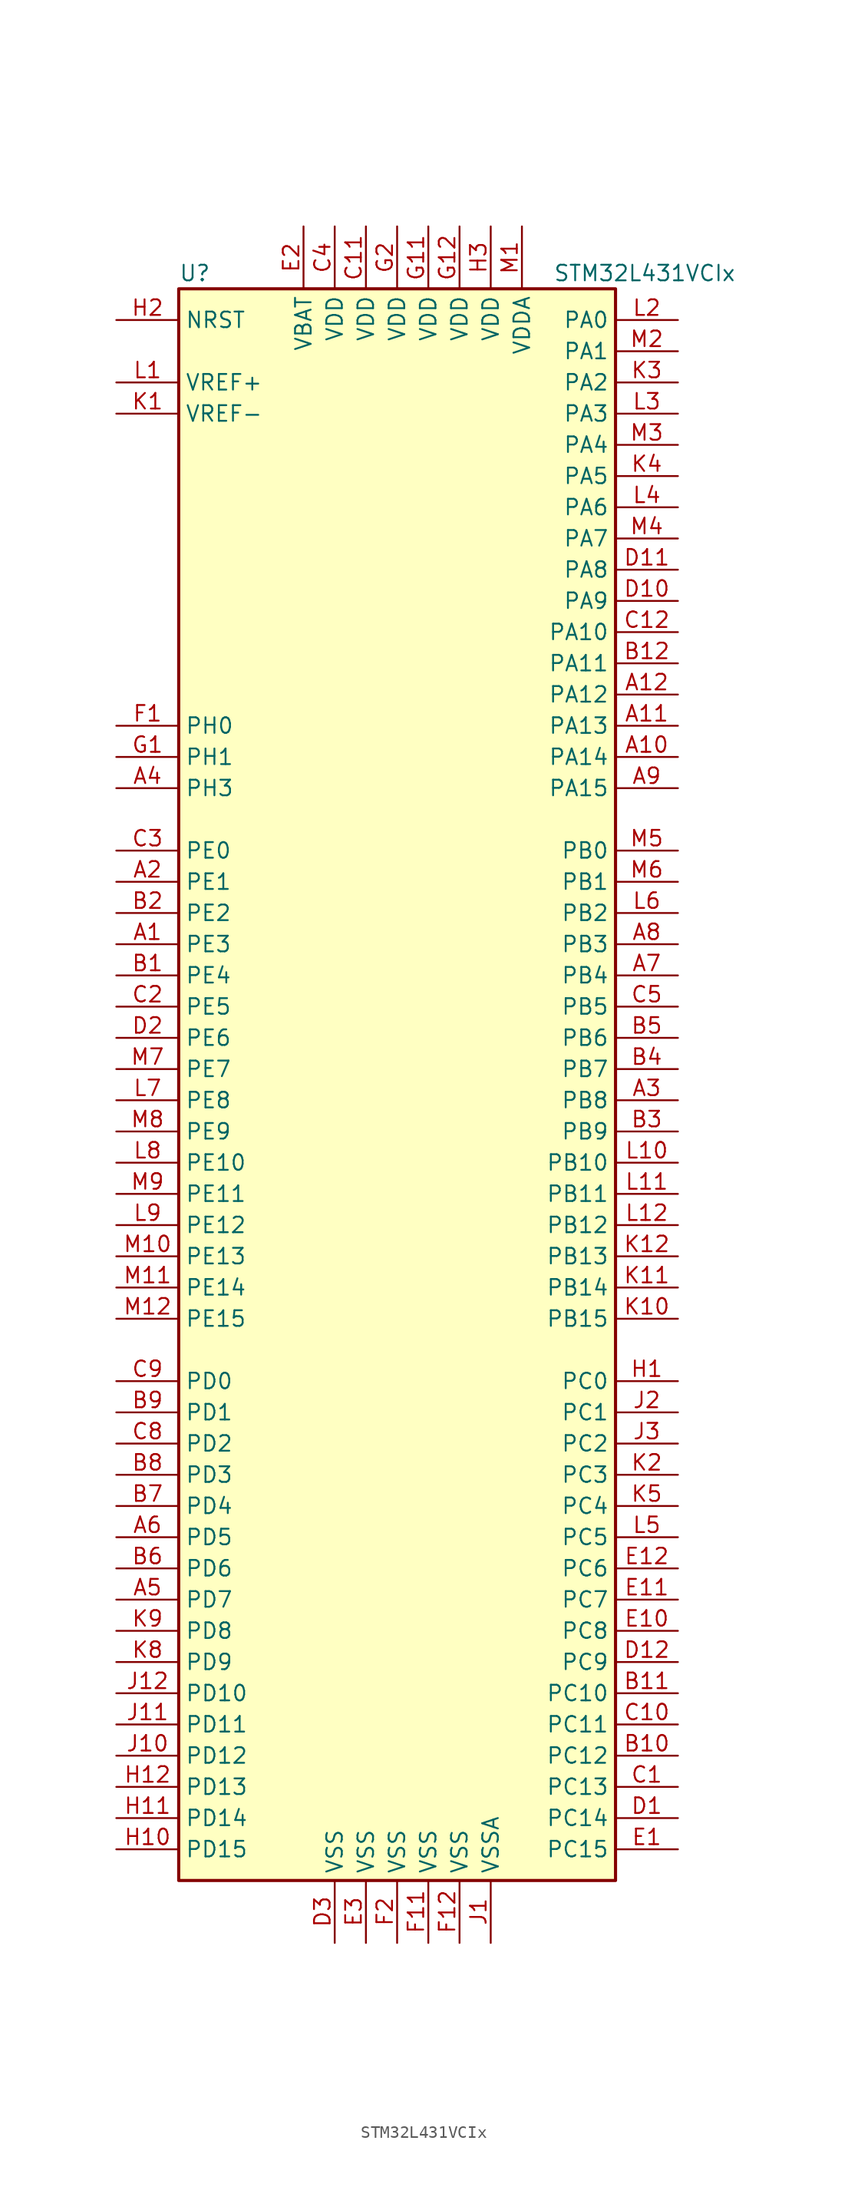
<source format=kicad_sym>
(kicad_symbol_lib
  (version 20211014)
  (generator kicad_symbol_editor)
  (symbol "STM32L431VCIx"
    (property "Reference" "U"
      (at -17.78 64.77 0)
      (effects (font (size 1.27 1.27)) (justify left)))
    (property "Value" "STM32L431VCIx"
      (at 12.7 64.77 0)
      (effects (font (size 1.27 1.27)) (justify left)))
    (symbol "STM32L431VCIx_0_1"
      (rectangle (start -17.78 -66.04) (end 17.78 63.5) (stroke (width 0.254) (type default) (color 0 0 0 0)) (fill (type background))))
    (symbol "STM32L431VCIx_1_1"
      (pin bidirectional line (at -22.86 10.16 0) (length 5.08) (name "PE3" (effects (font (size 1.27 1.27)))) (number "A1" (effects (font (size 1.27 1.27)))))
      (pin bidirectional line (at 22.86 25.4 180) (length 5.08) (name "PA14" (effects (font (size 1.27 1.27)))) (number "A10" (effects (font (size 1.27 1.27)))))
      (pin bidirectional line (at 22.86 27.94 180) (length 5.08) (name "PA13" (effects (font (size 1.27 1.27)))) (number "A11" (effects (font (size 1.27 1.27)))))
      (pin bidirectional line (at 22.86 30.48 180) (length 5.08) (name "PA12" (effects (font (size 1.27 1.27)))) (number "A12" (effects (font (size 1.27 1.27)))))
      (pin bidirectional line (at -22.86 15.24 0) (length 5.08) (name "PE1" (effects (font (size 1.27 1.27)))) (number "A2" (effects (font (size 1.27 1.27)))))
      (pin bidirectional line (at 22.86 -2.54 180) (length 5.08) (name "PB8" (effects (font (size 1.27 1.27)))) (number "A3" (effects (font (size 1.27 1.27)))))
      (pin bidirectional line (at -22.86 22.86 0) (length 5.08) (name "PH3" (effects (font (size 1.27 1.27)))) (number "A4" (effects (font (size 1.27 1.27)))))
      (pin bidirectional line (at -22.86 -43.18 0) (length 5.08) (name "PD7" (effects (font (size 1.27 1.27)))) (number "A5" (effects (font (size 1.27 1.27)))))
      (pin bidirectional line (at -22.86 -38.1 0) (length 5.08) (name "PD5" (effects (font (size 1.27 1.27)))) (number "A6" (effects (font (size 1.27 1.27)))))
      (pin bidirectional line (at 22.86 7.62 180) (length 5.08) (name "PB4" (effects (font (size 1.27 1.27)))) (number "A7" (effects (font (size 1.27 1.27)))))
      (pin bidirectional line (at 22.86 10.16 180) (length 5.08) (name "PB3" (effects (font (size 1.27 1.27)))) (number "A8" (effects (font (size 1.27 1.27)))))
      (pin bidirectional line (at 22.86 22.86 180) (length 5.08) (name "PA15" (effects (font (size 1.27 1.27)))) (number "A9" (effects (font (size 1.27 1.27)))))
      (pin bidirectional line (at -22.86 7.62 0) (length 5.08) (name "PE4" (effects (font (size 1.27 1.27)))) (number "B1" (effects (font (size 1.27 1.27)))))
      (pin bidirectional line (at 22.86 -55.88 180) (length 5.08) (name "PC12" (effects (font (size 1.27 1.27)))) (number "B10" (effects (font (size 1.27 1.27)))))
      (pin bidirectional line (at 22.86 -50.8 180) (length 5.08) (name "PC10" (effects (font (size 1.27 1.27)))) (number "B11" (effects (font (size 1.27 1.27)))))
      (pin bidirectional line (at 22.86 33.02 180) (length 5.08) (name "PA11" (effects (font (size 1.27 1.27)))) (number "B12" (effects (font (size 1.27 1.27)))))
      (pin bidirectional line (at -22.86 12.7 0) (length 5.08) (name "PE2" (effects (font (size 1.27 1.27)))) (number "B2" (effects (font (size 1.27 1.27)))))
      (pin bidirectional line (at 22.86 -5.08 180) (length 5.08) (name "PB9" (effects (font (size 1.27 1.27)))) (number "B3" (effects (font (size 1.27 1.27)))))
      (pin bidirectional line (at 22.86 0 180) (length 5.08) (name "PB7" (effects (font (size 1.27 1.27)))) (number "B4" (effects (font (size 1.27 1.27)))))
      (pin bidirectional line (at 22.86 2.54 180) (length 5.08) (name "PB6" (effects (font (size 1.27 1.27)))) (number "B5" (effects (font (size 1.27 1.27)))))
      (pin bidirectional line (at -22.86 -40.64 0) (length 5.08) (name "PD6" (effects (font (size 1.27 1.27)))) (number "B6" (effects (font (size 1.27 1.27)))))
      (pin bidirectional line (at -22.86 -35.56 0) (length 5.08) (name "PD4" (effects (font (size 1.27 1.27)))) (number "B7" (effects (font (size 1.27 1.27)))))
      (pin bidirectional line (at -22.86 -33.02 0) (length 5.08) (name "PD3" (effects (font (size 1.27 1.27)))) (number "B8" (effects (font (size 1.27 1.27)))))
      (pin bidirectional line (at -22.86 -27.94 0) (length 5.08) (name "PD1" (effects (font (size 1.27 1.27)))) (number "B9" (effects (font (size 1.27 1.27)))))
      (pin bidirectional line (at 22.86 -58.42 180) (length 5.08) (name "PC13" (effects (font (size 1.27 1.27)))) (number "C1" (effects (font (size 1.27 1.27)))))
      (pin bidirectional line (at 22.86 -53.34 180) (length 5.08) (name "PC11" (effects (font (size 1.27 1.27)))) (number "C10" (effects (font (size 1.27 1.27)))))
      (pin power_in line (at -2.54 68.58 270) (length 5.08) (name "VDD" (effects (font (size 1.27 1.27)))) (number "C11" (effects (font (size 1.27 1.27)))))
      (pin bidirectional line (at 22.86 35.56 180) (length 5.08) (name "PA10" (effects (font (size 1.27 1.27)))) (number "C12" (effects (font (size 1.27 1.27)))))
      (pin bidirectional line (at -22.86 5.08 0) (length 5.08) (name "PE5" (effects (font (size 1.27 1.27)))) (number "C2" (effects (font (size 1.27 1.27)))))
      (pin bidirectional line (at -22.86 17.78 0) (length 5.08) (name "PE0" (effects (font (size 1.27 1.27)))) (number "C3" (effects (font (size 1.27 1.27)))))
      (pin power_in line (at -5.08 68.58 270) (length 5.08) (name "VDD" (effects (font (size 1.27 1.27)))) (number "C4" (effects (font (size 1.27 1.27)))))
      (pin bidirectional line (at 22.86 5.08 180) (length 5.08) (name "PB5" (effects (font (size 1.27 1.27)))) (number "C5" (effects (font (size 1.27 1.27)))))
      (pin bidirectional line (at -22.86 -30.48 0) (length 5.08) (name "PD2" (effects (font (size 1.27 1.27)))) (number "C8" (effects (font (size 1.27 1.27)))))
      (pin bidirectional line (at -22.86 -25.4 0) (length 5.08) (name "PD0" (effects (font (size 1.27 1.27)))) (number "C9" (effects (font (size 1.27 1.27)))))
      (pin bidirectional line (at 22.86 -60.96 180) (length 5.08) (name "PC14" (effects (font (size 1.27 1.27)))) (number "D1" (effects (font (size 1.27 1.27)))))
      (pin bidirectional line (at 22.86 38.1 180) (length 5.08) (name "PA9" (effects (font (size 1.27 1.27)))) (number "D10" (effects (font (size 1.27 1.27)))))
      (pin bidirectional line (at 22.86 40.64 180) (length 5.08) (name "PA8" (effects (font (size 1.27 1.27)))) (number "D11" (effects (font (size 1.27 1.27)))))
      (pin bidirectional line (at 22.86 -48.26 180) (length 5.08) (name "PC9" (effects (font (size 1.27 1.27)))) (number "D12" (effects (font (size 1.27 1.27)))))
      (pin bidirectional line (at -22.86 2.54 0) (length 5.08) (name "PE6" (effects (font (size 1.27 1.27)))) (number "D2" (effects (font (size 1.27 1.27)))))
      (pin power_in line (at -5.08 -71.12 90) (length 5.08) (name "VSS" (effects (font (size 1.27 1.27)))) (number "D3" (effects (font (size 1.27 1.27)))))
      (pin bidirectional line (at 22.86 -63.5 180) (length 5.08) (name "PC15" (effects (font (size 1.27 1.27)))) (number "E1" (effects (font (size 1.27 1.27)))))
      (pin bidirectional line (at 22.86 -45.72 180) (length 5.08) (name "PC8" (effects (font (size 1.27 1.27)))) (number "E10" (effects (font (size 1.27 1.27)))))
      (pin bidirectional line (at 22.86 -43.18 180) (length 5.08) (name "PC7" (effects (font (size 1.27 1.27)))) (number "E11" (effects (font (size 1.27 1.27)))))
      (pin bidirectional line (at 22.86 -40.64 180) (length 5.08) (name "PC6" (effects (font (size 1.27 1.27)))) (number "E12" (effects (font (size 1.27 1.27)))))
      (pin power_in line (at -7.62 68.58 270) (length 5.08) (name "VBAT" (effects (font (size 1.27 1.27)))) (number "E2" (effects (font (size 1.27 1.27)))))
      (pin power_in line (at -2.54 -71.12 90) (length 5.08) (name "VSS" (effects (font (size 1.27 1.27)))) (number "E3" (effects (font (size 1.27 1.27)))))
      (pin input line (at -22.86 27.94 0) (length 5.08) (name "PH0" (effects (font (size 1.27 1.27)))) (number "F1" (effects (font (size 1.27 1.27)))))
      (pin power_in line (at 2.54 -71.12 90) (length 5.08) (name "VSS" (effects (font (size 1.27 1.27)))) (number "F11" (effects (font (size 1.27 1.27)))))
      (pin power_in line (at 5.08 -71.12 90) (length 5.08) (name "VSS" (effects (font (size 1.27 1.27)))) (number "F12" (effects (font (size 1.27 1.27)))))
      (pin power_in line (at 0 -71.12 90) (length 5.08) (name "VSS" (effects (font (size 1.27 1.27)))) (number "F2" (effects (font (size 1.27 1.27)))))
      (pin input line (at -22.86 25.4 0) (length 5.08) (name "PH1" (effects (font (size 1.27 1.27)))) (number "G1" (effects (font (size 1.27 1.27)))))
      (pin power_in line (at 2.54 68.58 270) (length 5.08) (name "VDD" (effects (font (size 1.27 1.27)))) (number "G11" (effects (font (size 1.27 1.27)))))
      (pin power_in line (at 5.08 68.58 270) (length 5.08) (name "VDD" (effects (font (size 1.27 1.27)))) (number "G12" (effects (font (size 1.27 1.27)))))
      (pin power_in line (at 0 68.58 270) (length 5.08) (name "VDD" (effects (font (size 1.27 1.27)))) (number "G2" (effects (font (size 1.27 1.27)))))
      (pin bidirectional line (at 22.86 -25.4 180) (length 5.08) (name "PC0" (effects (font (size 1.27 1.27)))) (number "H1" (effects (font (size 1.27 1.27)))))
      (pin bidirectional line (at -22.86 -63.5 0) (length 5.08) (name "PD15" (effects (font (size 1.27 1.27)))) (number "H10" (effects (font (size 1.27 1.27)))))
      (pin bidirectional line (at -22.86 -60.96 0) (length 5.08) (name "PD14" (effects (font (size 1.27 1.27)))) (number "H11" (effects (font (size 1.27 1.27)))))
      (pin bidirectional line (at -22.86 -58.42 0) (length 5.08) (name "PD13" (effects (font (size 1.27 1.27)))) (number "H12" (effects (font (size 1.27 1.27)))))
      (pin input line (at -22.86 60.96 0) (length 5.08) (name "NRST" (effects (font (size 1.27 1.27)))) (number "H2" (effects (font (size 1.27 1.27)))))
      (pin power_in line (at 7.62 68.58 270) (length 5.08) (name "VDD" (effects (font (size 1.27 1.27)))) (number "H3" (effects (font (size 1.27 1.27)))))
      (pin power_in line (at 7.62 -71.12 90) (length 5.08) (name "VSSA" (effects (font (size 1.27 1.27)))) (number "J1" (effects (font (size 1.27 1.27)))))
      (pin bidirectional line (at -22.86 -55.88 0) (length 5.08) (name "PD12" (effects (font (size 1.27 1.27)))) (number "J10" (effects (font (size 1.27 1.27)))))
      (pin bidirectional line (at -22.86 -53.34 0) (length 5.08) (name "PD11" (effects (font (size 1.27 1.27)))) (number "J11" (effects (font (size 1.27 1.27)))))
      (pin bidirectional line (at -22.86 -50.8 0) (length 5.08) (name "PD10" (effects (font (size 1.27 1.27)))) (number "J12" (effects (font (size 1.27 1.27)))))
      (pin bidirectional line (at 22.86 -27.94 180) (length 5.08) (name "PC1" (effects (font (size 1.27 1.27)))) (number "J2" (effects (font (size 1.27 1.27)))))
      (pin bidirectional line (at 22.86 -30.48 180) (length 5.08) (name "PC2" (effects (font (size 1.27 1.27)))) (number "J3" (effects (font (size 1.27 1.27)))))
      (pin power_in line (at -22.86 53.34 0) (length 5.08) (name "VREF-" (effects (font (size 1.27 1.27)))) (number "K1" (effects (font (size 1.27 1.27)))))
      (pin bidirectional line (at 22.86 -20.32 180) (length 5.08) (name "PB15" (effects (font (size 1.27 1.27)))) (number "K10" (effects (font (size 1.27 1.27)))))
      (pin bidirectional line (at 22.86 -17.78 180) (length 5.08) (name "PB14" (effects (font (size 1.27 1.27)))) (number "K11" (effects (font (size 1.27 1.27)))))
      (pin bidirectional line (at 22.86 -15.24 180) (length 5.08) (name "PB13" (effects (font (size 1.27 1.27)))) (number "K12" (effects (font (size 1.27 1.27)))))
      (pin bidirectional line (at 22.86 -33.02 180) (length 5.08) (name "PC3" (effects (font (size 1.27 1.27)))) (number "K2" (effects (font (size 1.27 1.27)))))
      (pin bidirectional line (at 22.86 55.88 180) (length 5.08) (name "PA2" (effects (font (size 1.27 1.27)))) (number "K3" (effects (font (size 1.27 1.27)))))
      (pin bidirectional line (at 22.86 48.26 180) (length 5.08) (name "PA5" (effects (font (size 1.27 1.27)))) (number "K4" (effects (font (size 1.27 1.27)))))
      (pin bidirectional line (at 22.86 -35.56 180) (length 5.08) (name "PC4" (effects (font (size 1.27 1.27)))) (number "K5" (effects (font (size 1.27 1.27)))))
      (pin bidirectional line (at -22.86 -48.26 0) (length 5.08) (name "PD9" (effects (font (size 1.27 1.27)))) (number "K8" (effects (font (size 1.27 1.27)))))
      (pin bidirectional line (at -22.86 -45.72 0) (length 5.08) (name "PD8" (effects (font (size 1.27 1.27)))) (number "K9" (effects (font (size 1.27 1.27)))))
      (pin bidirectional line (at -22.86 55.88 0) (length 5.08) (name "VREF+" (effects (font (size 1.27 1.27)))) (number "L1" (effects (font (size 1.27 1.27)))))
      (pin bidirectional line (at 22.86 -7.62 180) (length 5.08) (name "PB10" (effects (font (size 1.27 1.27)))) (number "L10" (effects (font (size 1.27 1.27)))))
      (pin bidirectional line (at 22.86 -10.16 180) (length 5.08) (name "PB11" (effects (font (size 1.27 1.27)))) (number "L11" (effects (font (size 1.27 1.27)))))
      (pin bidirectional line (at 22.86 -12.7 180) (length 5.08) (name "PB12" (effects (font (size 1.27 1.27)))) (number "L12" (effects (font (size 1.27 1.27)))))
      (pin bidirectional line (at 22.86 60.96 180) (length 5.08) (name "PA0" (effects (font (size 1.27 1.27)))) (number "L2" (effects (font (size 1.27 1.27)))))
      (pin bidirectional line (at 22.86 53.34 180) (length 5.08) (name "PA3" (effects (font (size 1.27 1.27)))) (number "L3" (effects (font (size 1.27 1.27)))))
      (pin bidirectional line (at 22.86 45.72 180) (length 5.08) (name "PA6" (effects (font (size 1.27 1.27)))) (number "L4" (effects (font (size 1.27 1.27)))))
      (pin bidirectional line (at 22.86 -38.1 180) (length 5.08) (name "PC5" (effects (font (size 1.27 1.27)))) (number "L5" (effects (font (size 1.27 1.27)))))
      (pin bidirectional line (at 22.86 12.7 180) (length 5.08) (name "PB2" (effects (font (size 1.27 1.27)))) (number "L6" (effects (font (size 1.27 1.27)))))
      (pin bidirectional line (at -22.86 -2.54 0) (length 5.08) (name "PE8" (effects (font (size 1.27 1.27)))) (number "L7" (effects (font (size 1.27 1.27)))))
      (pin bidirectional line (at -22.86 -7.62 0) (length 5.08) (name "PE10" (effects (font (size 1.27 1.27)))) (number "L8" (effects (font (size 1.27 1.27)))))
      (pin bidirectional line (at -22.86 -12.7 0) (length 5.08) (name "PE12" (effects (font (size 1.27 1.27)))) (number "L9" (effects (font (size 1.27 1.27)))))
      (pin power_in line (at 10.16 68.58 270) (length 5.08) (name "VDDA" (effects (font (size 1.27 1.27)))) (number "M1" (effects (font (size 1.27 1.27)))))
      (pin bidirectional line (at -22.86 -15.24 0) (length 5.08) (name "PE13" (effects (font (size 1.27 1.27)))) (number "M10" (effects (font (size 1.27 1.27)))))
      (pin bidirectional line (at -22.86 -17.78 0) (length 5.08) (name "PE14" (effects (font (size 1.27 1.27)))) (number "M11" (effects (font (size 1.27 1.27)))))
      (pin bidirectional line (at -22.86 -20.32 0) (length 5.08) (name "PE15" (effects (font (size 1.27 1.27)))) (number "M12" (effects (font (size 1.27 1.27)))))
      (pin bidirectional line (at 22.86 58.42 180) (length 5.08) (name "PA1" (effects (font (size 1.27 1.27)))) (number "M2" (effects (font (size 1.27 1.27)))))
      (pin bidirectional line (at 22.86 50.8 180) (length 5.08) (name "PA4" (effects (font (size 1.27 1.27)))) (number "M3" (effects (font (size 1.27 1.27)))))
      (pin bidirectional line (at 22.86 43.18 180) (length 5.08) (name "PA7" (effects (font (size 1.27 1.27)))) (number "M4" (effects (font (size 1.27 1.27)))))
      (pin bidirectional line (at 22.86 17.78 180) (length 5.08) (name "PB0" (effects (font (size 1.27 1.27)))) (number "M5" (effects (font (size 1.27 1.27)))))
      (pin bidirectional line (at 22.86 15.24 180) (length 5.08) (name "PB1" (effects (font (size 1.27 1.27)))) (number "M6" (effects (font (size 1.27 1.27)))))
      (pin bidirectional line (at -22.86 0 0) (length 5.08) (name "PE7" (effects (font (size 1.27 1.27)))) (number "M7" (effects (font (size 1.27 1.27)))))
      (pin bidirectional line (at -22.86 -5.08 0) (length 5.08) (name "PE9" (effects (font (size 1.27 1.27)))) (number "M8" (effects (font (size 1.27 1.27)))))
      (pin bidirectional line (at -22.86 -10.16 0) (length 5.08) (name "PE11" (effects (font (size 1.27 1.27)))) (number "M9" (effects (font (size 1.27 1.27))))))))
</source>
